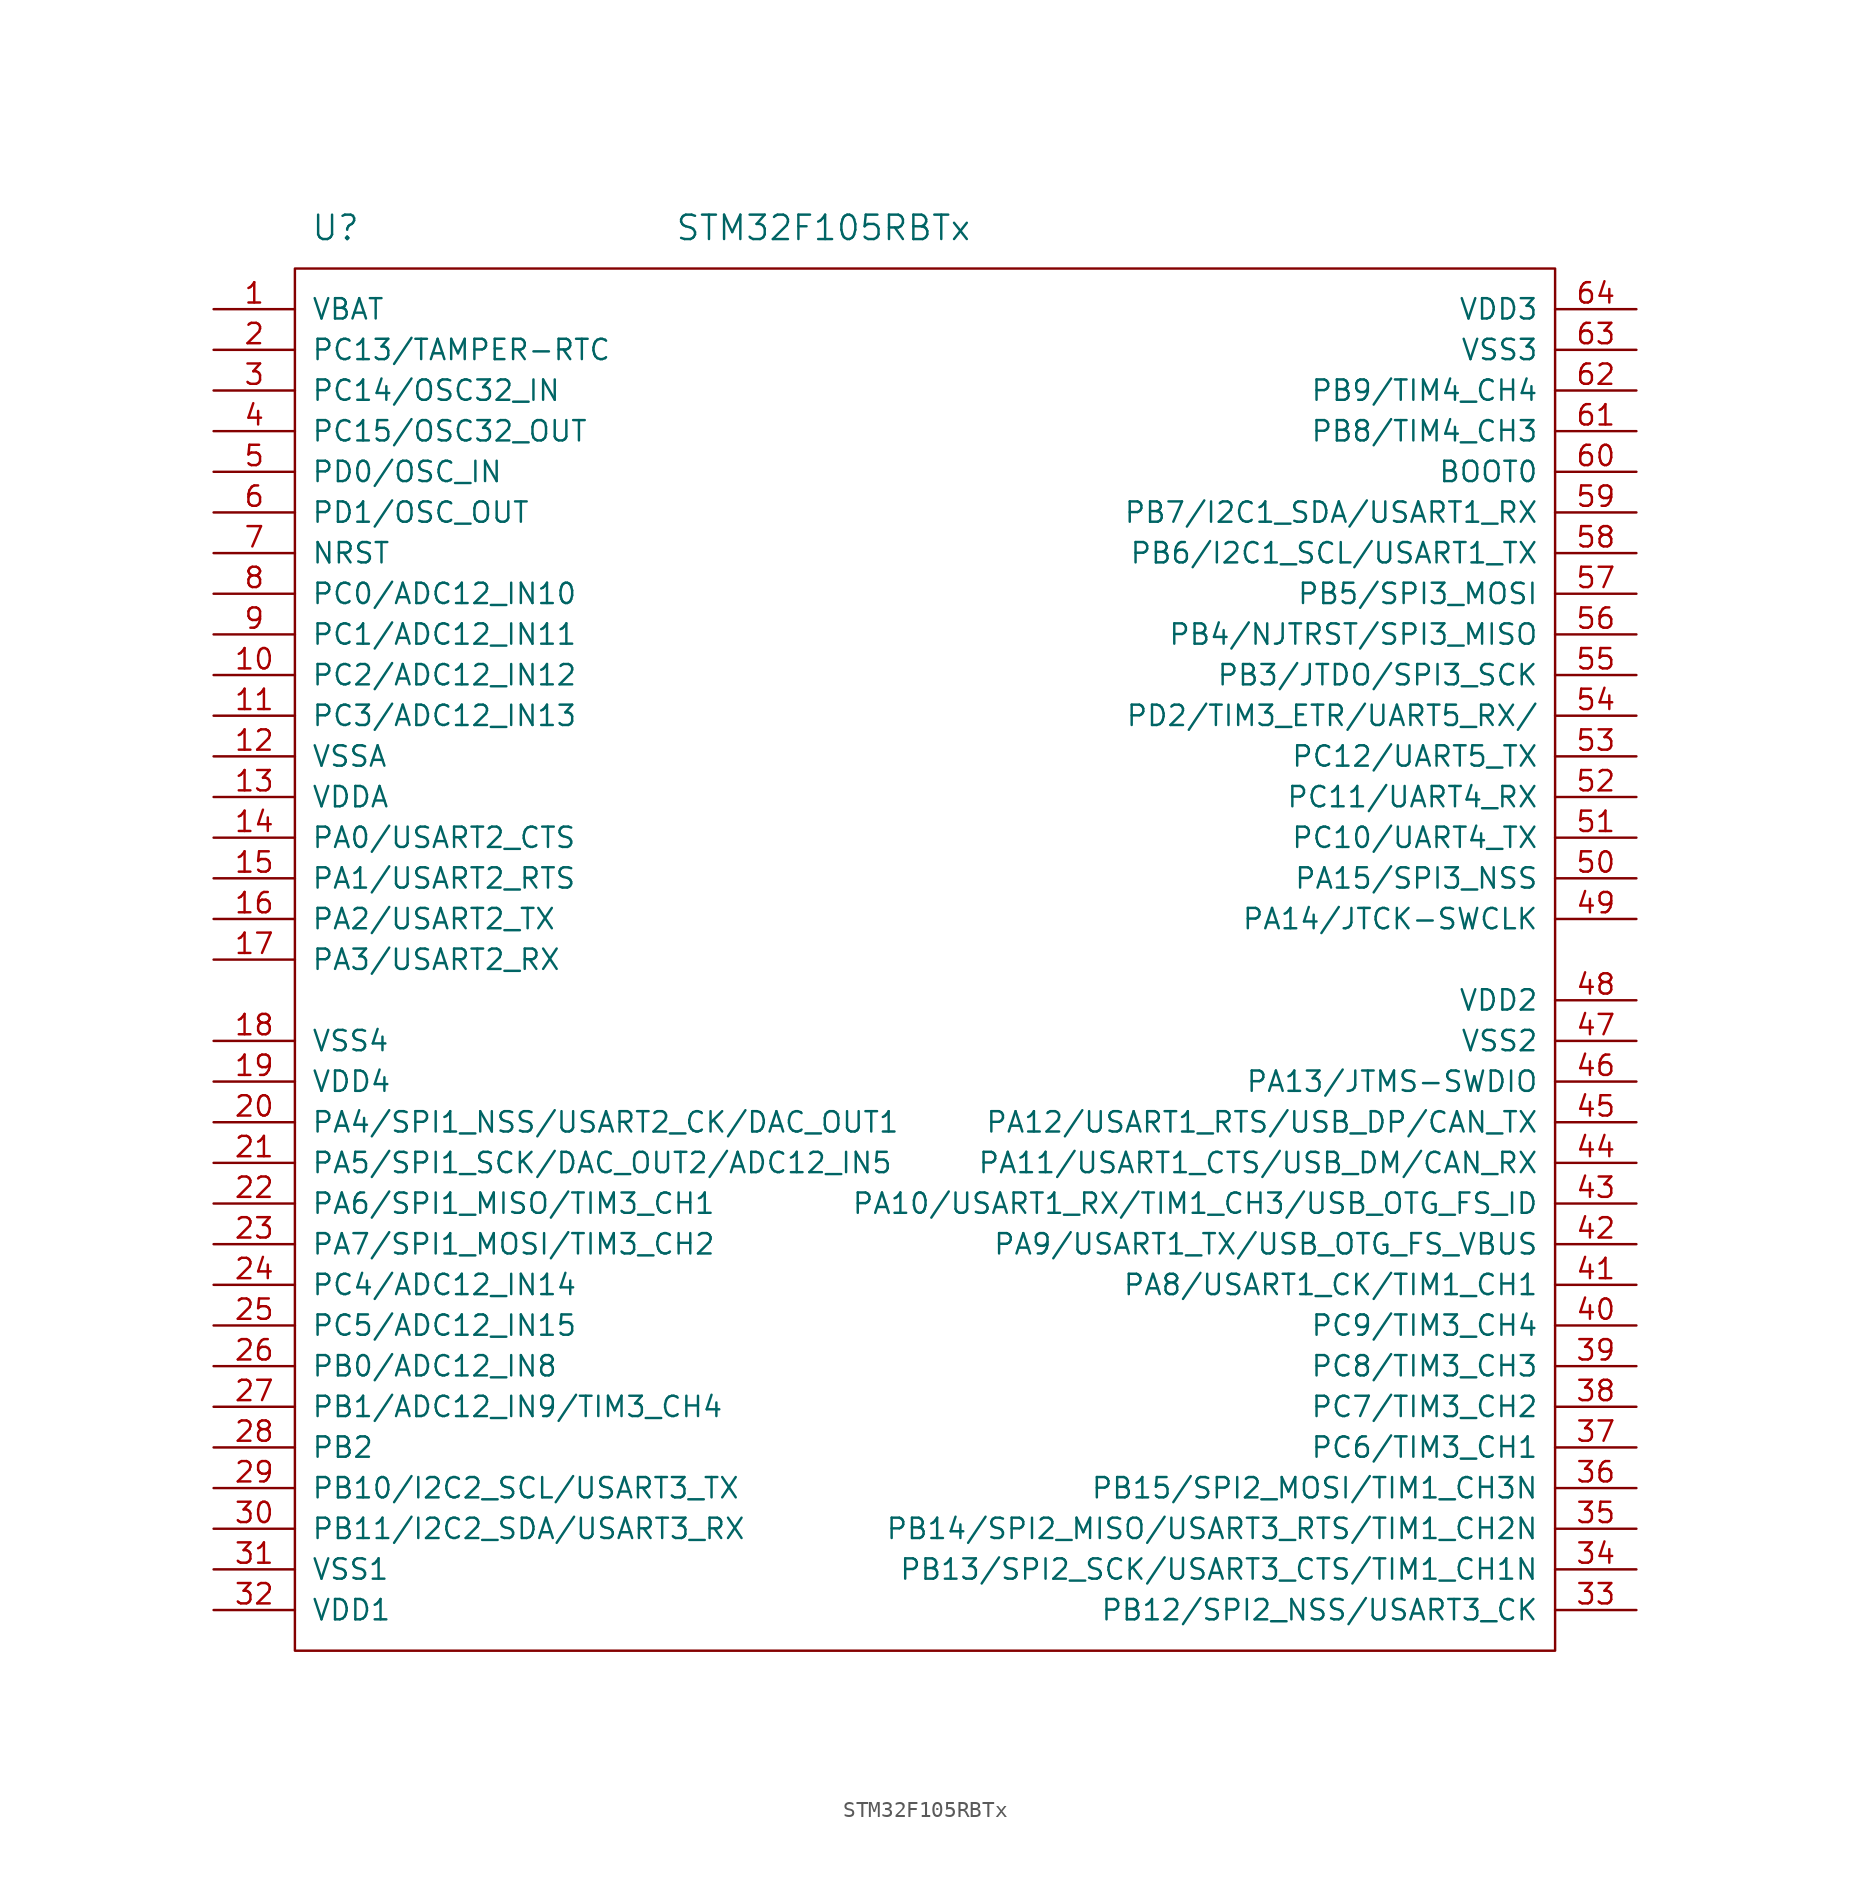
<source format=kicad_sym>
(kicad_symbol_lib
  (version 20220914)
  (generator kicad_symbol_editor)
  (symbol "STM32F105RBTx"
    (pin_names
      (offset 1.016))
    (property "Reference" "U"
      (at -36.83 45.72 0)
      (effects (font (size 1.524 1.524))))
    (property "Value" "STM32F105RBTx"
      (at -6.35 45.72 0)
      (effects (font (size 1.524 1.524))))
    (symbol "STM32F105RBTx_0_1"
      (rectangle (start -39.37 43.18) (end 39.37 -43.18) (stroke (width 0) (type default)) (fill (type none))))
    (symbol "STM32F105RBTx_1_1"
      (pin passive line (at -44.45 40.64 0) (length 5.08) (name "VBAT" (effects (font (size 1.27 1.27)))) (number "1" (effects (font (size 1.27 1.27)))))
      (pin passive line (at -44.45 17.78 0) (length 5.08) (name "PC2/ADC12_IN12" (effects (font (size 1.27 1.27)))) (number "10" (effects (font (size 1.27 1.27)))))
      (pin passive line (at -44.45 15.24 0) (length 5.08) (name "PC3/ADC12_IN13" (effects (font (size 1.27 1.27)))) (number "11" (effects (font (size 1.27 1.27)))))
      (pin passive line (at -44.45 12.7 0) (length 5.08) (name "VSSA" (effects (font (size 1.27 1.27)))) (number "12" (effects (font (size 1.27 1.27)))))
      (pin passive line (at -44.45 10.16 0) (length 5.08) (name "VDDA" (effects (font (size 1.27 1.27)))) (number "13" (effects (font (size 1.27 1.27)))))
      (pin passive line (at -44.45 7.62 0) (length 5.08) (name "PA0/USART2_CTS" (effects (font (size 1.27 1.27)))) (number "14" (effects (font (size 1.27 1.27)))))
      (pin passive line (at -44.45 5.08 0) (length 5.08) (name "PA1/USART2_RTS" (effects (font (size 1.27 1.27)))) (number "15" (effects (font (size 1.27 1.27)))))
      (pin passive line (at -44.45 2.54 0) (length 5.08) (name "PA2/USART2_TX" (effects (font (size 1.27 1.27)))) (number "16" (effects (font (size 1.27 1.27)))))
      (pin passive line (at -44.45 0 0) (length 5.08) (name "PA3/USART2_RX" (effects (font (size 1.27 1.27)))) (number "17" (effects (font (size 1.27 1.27)))))
      (pin passive line (at -44.45 -5.08 0) (length 5.08) (name "VSS4" (effects (font (size 1.27 1.27)))) (number "18" (effects (font (size 1.27 1.27)))))
      (pin passive line (at -44.45 -7.62 0) (length 5.08) (name "VDD4" (effects (font (size 1.27 1.27)))) (number "19" (effects (font (size 1.27 1.27)))))
      (pin passive line (at -44.45 38.1 0) (length 5.08) (name "PC13/TAMPER-RTC" (effects (font (size 1.27 1.27)))) (number "2" (effects (font (size 1.27 1.27)))))
      (pin passive line (at -44.45 -10.16 0) (length 5.08) (name "PA4/SPI1_NSS/USART2_CK/DAC_OUT1" (effects (font (size 1.27 1.27)))) (number "20" (effects (font (size 1.27 1.27)))))
      (pin passive line (at -44.45 -12.7 0) (length 5.08) (name "PA5/SPI1_SCK/DAC_OUT2/ADC12_IN5" (effects (font (size 1.27 1.27)))) (number "21" (effects (font (size 1.27 1.27)))))
      (pin passive line (at -44.45 -15.24 0) (length 5.08) (name "PA6/SPI1_MISO/TIM3_CH1" (effects (font (size 1.27 1.27)))) (number "22" (effects (font (size 1.27 1.27)))))
      (pin passive line (at -44.45 -17.78 0) (length 5.08) (name "PA7/SPI1_MOSI/TIM3_CH2" (effects (font (size 1.27 1.27)))) (number "23" (effects (font (size 1.27 1.27)))))
      (pin passive line (at -44.45 -20.32 0) (length 5.08) (name "PC4/ADC12_IN14" (effects (font (size 1.27 1.27)))) (number "24" (effects (font (size 1.27 1.27)))))
      (pin passive line (at -44.45 -22.86 0) (length 5.08) (name "PC5/ADC12_IN15" (effects (font (size 1.27 1.27)))) (number "25" (effects (font (size 1.27 1.27)))))
      (pin passive line (at -44.45 -25.4 0) (length 5.08) (name "PB0/ADC12_IN8" (effects (font (size 1.27 1.27)))) (number "26" (effects (font (size 1.27 1.27)))))
      (pin passive line (at -44.45 -27.94 0) (length 5.08) (name "PB1/ADC12_IN9/TIM3_CH4" (effects (font (size 1.27 1.27)))) (number "27" (effects (font (size 1.27 1.27)))))
      (pin passive line (at -44.45 -30.48 0) (length 5.08) (name "PB2" (effects (font (size 1.27 1.27)))) (number "28" (effects (font (size 1.27 1.27)))))
      (pin passive line (at -44.45 -33.02 0) (length 5.08) (name "PB10/I2C2_SCL/USART3_TX" (effects (font (size 1.27 1.27)))) (number "29" (effects (font (size 1.27 1.27)))))
      (pin passive line (at -44.45 35.56 0) (length 5.08) (name "PC14/OSC32_IN" (effects (font (size 1.27 1.27)))) (number "3" (effects (font (size 1.27 1.27)))))
      (pin passive line (at -44.45 -35.56 0) (length 5.08) (name "PB11/I2C2_SDA/USART3_RX" (effects (font (size 1.27 1.27)))) (number "30" (effects (font (size 1.27 1.27)))))
      (pin passive line (at -44.45 -38.1 0) (length 5.08) (name "VSS1" (effects (font (size 1.27 1.27)))) (number "31" (effects (font (size 1.27 1.27)))))
      (pin passive line (at -44.45 -40.64 0) (length 5.08) (name "VDD1" (effects (font (size 1.27 1.27)))) (number "32" (effects (font (size 1.27 1.27)))))
      (pin passive line (at 44.45 -40.64 180) (length 5.08) (name "PB12/SPI2_NSS/USART3_CK" (effects (font (size 1.27 1.27)))) (number "33" (effects (font (size 1.27 1.27)))))
      (pin passive line (at 44.45 -38.1 180) (length 5.08) (name "PB13/SPI2_SCK/USART3_CTS/TIM1_CH1N" (effects (font (size 1.27 1.27)))) (number "34" (effects (font (size 1.27 1.27)))))
      (pin passive line (at 44.45 -35.56 180) (length 5.08) (name "PB14/SPI2_MISO/USART3_RTS/TIM1_CH2N" (effects (font (size 1.27 1.27)))) (number "35" (effects (font (size 1.27 1.27)))))
      (pin passive line (at 44.45 -33.02 180) (length 5.08) (name "PB15/SPI2_MOSI/TIM1_CH3N" (effects (font (size 1.27 1.27)))) (number "36" (effects (font (size 1.27 1.27)))))
      (pin passive line (at 44.45 -30.48 180) (length 5.08) (name "PC6/TIM3_CH1" (effects (font (size 1.27 1.27)))) (number "37" (effects (font (size 1.27 1.27)))))
      (pin passive line (at 44.45 -27.94 180) (length 5.08) (name "PC7/TIM3_CH2" (effects (font (size 1.27 1.27)))) (number "38" (effects (font (size 1.27 1.27)))))
      (pin passive line (at 44.45 -25.4 180) (length 5.08) (name "PC8/TIM3_CH3" (effects (font (size 1.27 1.27)))) (number "39" (effects (font (size 1.27 1.27)))))
      (pin passive line (at -44.45 33.02 0) (length 5.08) (name "PC15/OSC32_OUT" (effects (font (size 1.27 1.27)))) (number "4" (effects (font (size 1.27 1.27)))))
      (pin passive line (at 44.45 -22.86 180) (length 5.08) (name "PC9/TIM3_CH4" (effects (font (size 1.27 1.27)))) (number "40" (effects (font (size 1.27 1.27)))))
      (pin passive line (at 44.45 -20.32 180) (length 5.08) (name "PA8/USART1_CK/TIM1_CH1" (effects (font (size 1.27 1.27)))) (number "41" (effects (font (size 1.27 1.27)))))
      (pin passive line (at 44.45 -17.78 180) (length 5.08) (name "PA9/USART1_TX/USB_OTG_FS_VBUS" (effects (font (size 1.27 1.27)))) (number "42" (effects (font (size 1.27 1.27)))))
      (pin passive line (at 44.45 -15.24 180) (length 5.08) (name "PA10/USART1_RX/TIM1_CH3/USB_OTG_FS_ID" (effects (font (size 1.27 1.27)))) (number "43" (effects (font (size 1.27 1.27)))))
      (pin passive line (at 44.45 -12.7 180) (length 5.08) (name "PA11/USART1_CTS/USB_DM/CAN_RX" (effects (font (size 1.27 1.27)))) (number "44" (effects (font (size 1.27 1.27)))))
      (pin passive line (at 44.45 -10.16 180) (length 5.08) (name "PA12/USART1_RTS/USB_DP/CAN_TX" (effects (font (size 1.27 1.27)))) (number "45" (effects (font (size 1.27 1.27)))))
      (pin passive line (at 44.45 -7.62 180) (length 5.08) (name "PA13/JTMS-SWDIO" (effects (font (size 1.27 1.27)))) (number "46" (effects (font (size 1.27 1.27)))))
      (pin passive line (at 44.45 -5.08 180) (length 5.08) (name "VSS2" (effects (font (size 1.27 1.27)))) (number "47" (effects (font (size 1.27 1.27)))))
      (pin passive line (at 44.45 -2.54 180) (length 5.08) (name "VDD2" (effects (font (size 1.27 1.27)))) (number "48" (effects (font (size 1.27 1.27)))))
      (pin passive line (at 44.45 2.54 180) (length 5.08) (name "PA14/JTCK-SWCLK" (effects (font (size 1.27 1.27)))) (number "49" (effects (font (size 1.27 1.27)))))
      (pin passive line (at -44.45 30.48 0) (length 5.08) (name "PD0/OSC_IN" (effects (font (size 1.27 1.27)))) (number "5" (effects (font (size 1.27 1.27)))))
      (pin passive line (at 44.45 5.08 180) (length 5.08) (name "PA15/SPI3_NSS" (effects (font (size 1.27 1.27)))) (number "50" (effects (font (size 1.27 1.27)))))
      (pin passive line (at 44.45 7.62 180) (length 5.08) (name "PC10/UART4_TX" (effects (font (size 1.27 1.27)))) (number "51" (effects (font (size 1.27 1.27)))))
      (pin passive line (at 44.45 10.16 180) (length 5.08) (name "PC11/UART4_RX" (effects (font (size 1.27 1.27)))) (number "52" (effects (font (size 1.27 1.27)))))
      (pin passive line (at 44.45 12.7 180) (length 5.08) (name "PC12/UART5_TX" (effects (font (size 1.27 1.27)))) (number "53" (effects (font (size 1.27 1.27)))))
      (pin passive line (at 44.45 15.24 180) (length 5.08) (name "PD2/TIM3_ETR/UART5_RX/" (effects (font (size 1.27 1.27)))) (number "54" (effects (font (size 1.27 1.27)))))
      (pin passive line (at 44.45 17.78 180) (length 5.08) (name "PB3/JTDO/SPI3_SCK" (effects (font (size 1.27 1.27)))) (number "55" (effects (font (size 1.27 1.27)))))
      (pin passive line (at 44.45 20.32 180) (length 5.08) (name "PB4/NJTRST/SPI3_MISO" (effects (font (size 1.27 1.27)))) (number "56" (effects (font (size 1.27 1.27)))))
      (pin passive line (at 44.45 22.86 180) (length 5.08) (name "PB5/SPI3_MOSI" (effects (font (size 1.27 1.27)))) (number "57" (effects (font (size 1.27 1.27)))))
      (pin passive line (at 44.45 25.4 180) (length 5.08) (name "PB6/I2C1_SCL/USART1_TX" (effects (font (size 1.27 1.27)))) (number "58" (effects (font (size 1.27 1.27)))))
      (pin passive line (at 44.45 27.94 180) (length 5.08) (name "PB7/I2C1_SDA/USART1_RX" (effects (font (size 1.27 1.27)))) (number "59" (effects (font (size 1.27 1.27)))))
      (pin passive line (at -44.45 27.94 0) (length 5.08) (name "PD1/OSC_OUT" (effects (font (size 1.27 1.27)))) (number "6" (effects (font (size 1.27 1.27)))))
      (pin passive line (at 44.45 30.48 180) (length 5.08) (name "BOOT0" (effects (font (size 1.27 1.27)))) (number "60" (effects (font (size 1.27 1.27)))))
      (pin passive line (at 44.45 33.02 180) (length 5.08) (name "PB8/TIM4_CH3" (effects (font (size 1.27 1.27)))) (number "61" (effects (font (size 1.27 1.27)))))
      (pin passive line (at 44.45 35.56 180) (length 5.08) (name "PB9/TIM4_CH4" (effects (font (size 1.27 1.27)))) (number "62" (effects (font (size 1.27 1.27)))))
      (pin passive line (at 44.45 38.1 180) (length 5.08) (name "VSS3" (effects (font (size 1.27 1.27)))) (number "63" (effects (font (size 1.27 1.27)))))
      (pin passive line (at 44.45 40.64 180) (length 5.08) (name "VDD3" (effects (font (size 1.27 1.27)))) (number "64" (effects (font (size 1.27 1.27)))))
      (pin passive line (at -44.45 25.4 0) (length 5.08) (name "NRST" (effects (font (size 1.27 1.27)))) (number "7" (effects (font (size 1.27 1.27)))))
      (pin passive line (at -44.45 22.86 0) (length 5.08) (name "PC0/ADC12_IN10" (effects (font (size 1.27 1.27)))) (number "8" (effects (font (size 1.27 1.27)))))
      (pin passive line (at -44.45 20.32 0) (length 5.08) (name "PC1/ADC12_IN11" (effects (font (size 1.27 1.27)))) (number "9" (effects (font (size 1.27 1.27))))))))
</source>
